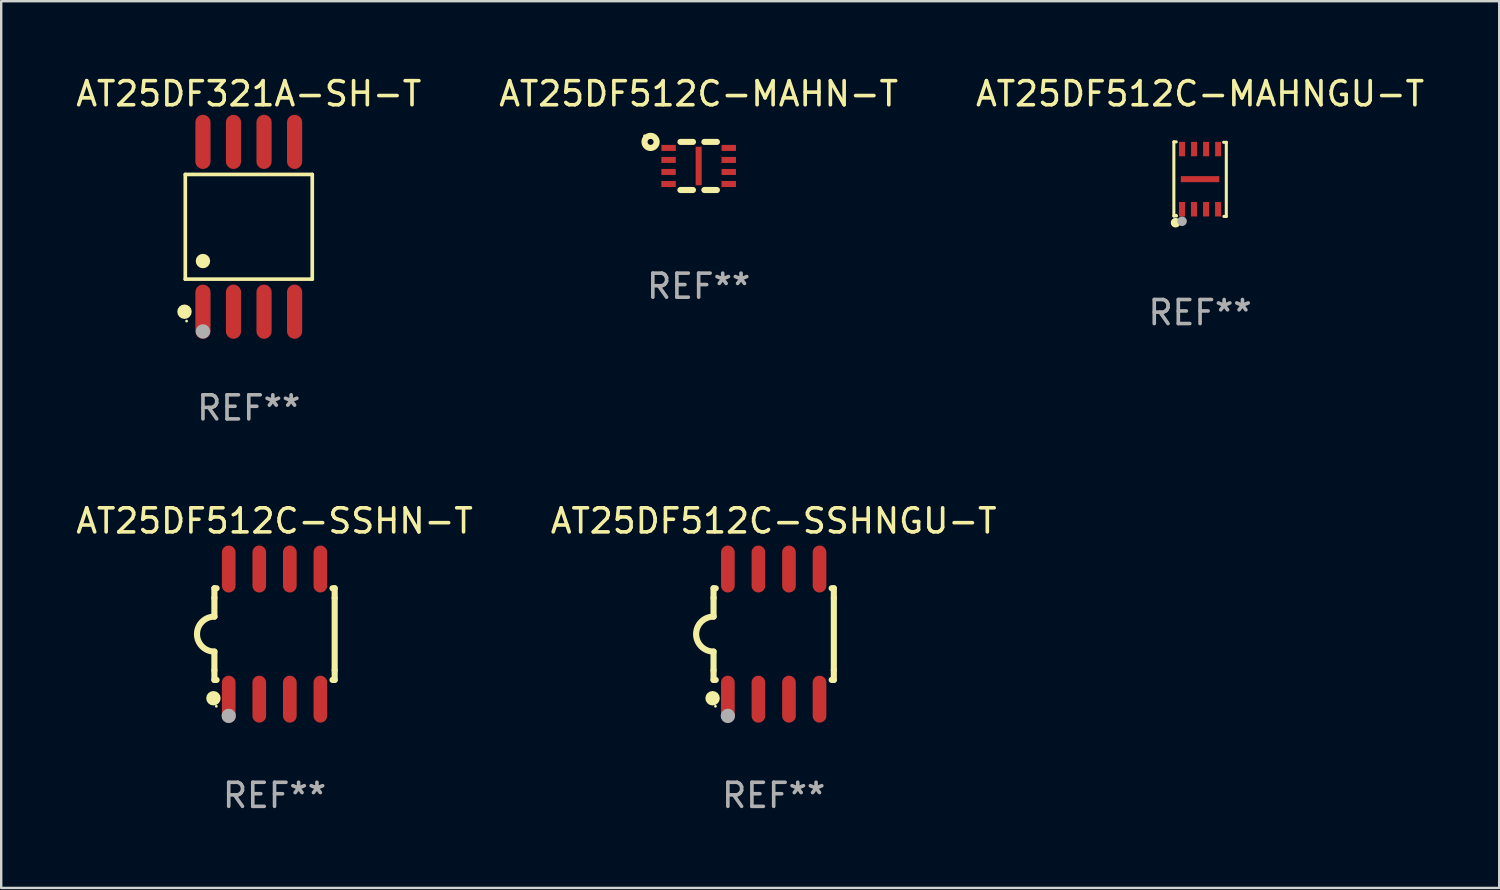
<source format=kicad_pcb>
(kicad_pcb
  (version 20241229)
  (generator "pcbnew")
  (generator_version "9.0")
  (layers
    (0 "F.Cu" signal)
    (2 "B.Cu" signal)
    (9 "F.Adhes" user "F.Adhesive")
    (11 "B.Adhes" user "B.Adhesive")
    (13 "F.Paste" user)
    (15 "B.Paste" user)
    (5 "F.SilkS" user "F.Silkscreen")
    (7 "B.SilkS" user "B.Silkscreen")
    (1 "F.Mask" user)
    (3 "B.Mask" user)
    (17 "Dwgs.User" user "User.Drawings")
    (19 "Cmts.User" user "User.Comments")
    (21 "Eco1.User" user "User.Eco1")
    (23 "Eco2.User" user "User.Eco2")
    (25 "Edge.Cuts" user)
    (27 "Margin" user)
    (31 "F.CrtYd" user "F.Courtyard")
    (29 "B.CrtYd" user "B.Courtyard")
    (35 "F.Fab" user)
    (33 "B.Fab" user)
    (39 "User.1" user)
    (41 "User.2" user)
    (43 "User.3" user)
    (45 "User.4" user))
  (footprint "AT25DF512C-MAHN-T"
    (layer "F.Cu")
    (at 25.994 3.849)
    (property "Reference" "AT25DF512C-MAHN-T" (at 0 -3 0) (layer "F.SilkS") (effects (font (size 1 1) (thickness 0.15))))
    (attr through_hole)
    (fp_line (start -0.758 1) (end -0.237 1) (stroke (width 0.254) (type solid)) (layer "F.SilkS"))
    (fp_line (start -0.756 -1) (end -0.236 -1) (stroke (width 0.254) (type solid)) (layer "F.SilkS"))
    (fp_line (start 0.238 -1) (end 0.758 -1) (stroke (width 0.254) (type solid)) (layer "F.SilkS"))
    (fp_line (start 0.239 1) (end 0.757 1) (stroke (width 0.254) (type solid)) (layer "F.SilkS"))
    (fp_circle (center -2.251 -1.252) (end -2.221 -1.252) (stroke (width 0.06) (type solid)) (fill no) (layer "F.SilkS"))
    (fp_circle (center -1.999 -1) (end -1.874 -1) (stroke (width 0.254) (type solid)) (fill no) (layer "F.SilkS"))
    (fp_text user "REF**" (at 0 5 0) (layer "F.Fab") (effects (font (size 1 1) (thickness 0.15))))
    (pad "1" smd rect (at -1.249 -0.75 90) (size 0.25 0.6) (layers "F.Cu" "F.Mask" "F.Paste"))
    (pad "2" smd rect (at -1.251 -0.251 90) (size 0.25 0.6) (layers "F.Cu" "F.Mask" "F.Paste"))
    (pad "3" smd rect (at -1.251 0.249 90) (size 0.25 0.6) (layers "F.Cu" "F.Mask" "F.Paste"))
    (pad "4" smd rect (at -1.251 0.749 90) (size 0.25 0.6) (layers "F.Cu" "F.Mask" "F.Paste"))
    (pad "5" smd rect (at 1.251 0.75 90) (size 0.25 0.6) (layers "F.Cu" "F.Mask" "F.Paste"))
    (pad "6" smd rect (at 1.251 0.25 90) (size 0.25 0.6) (layers "F.Cu" "F.Mask" "F.Paste"))
    (pad "7" smd rect (at 1.251 -0.25 90) (size 0.25 0.6) (layers "F.Cu" "F.Mask" "F.Paste"))
    (pad "8" smd rect (at 1.251 -0.75 90) (size 0.25 0.6) (layers "F.Cu" "F.Mask" "F.Paste"))
    (pad "9" smd rect (at 0.001 0.000381 180) (size 0.25 1.6) (layers "F.Cu" "F.Mask" "F.Paste")))
  (footprint "AT25DF512C-SSHN-T"
    (layer "F.Cu")
    (at 8.363 23.31)
    (property "Reference" "AT25DF512C-SSHN-T" (at 0 -4.705 0) (layer "F.SilkS") (effects (font (size 1 1) (thickness 0.15))))
    (attr through_hole)
    (fp_line (start -2.5 -1.905) (end -2.409 -1.905) (stroke (width 0.254) (type solid)) (layer "F.SilkS"))
    (fp_line (start -2.5 -1.5) (end -2.5 -1.905) (stroke (width 0.254) (type solid)) (layer "F.SilkS"))
    (fp_line (start -2.5 -1.5) (end -2.5 -0.726) (stroke (width 0.254) (type solid)) (layer "F.SilkS"))
    (fp_line (start -2.5 1.5) (end -2.5 0.727) (stroke (width 0.254) (type solid)) (layer "F.SilkS"))
    (fp_line (start -2.5 1.5) (end -2.5 1.905) (stroke (width 0.254) (type solid)) (layer "F.SilkS"))
    (fp_line (start -2.5 1.905) (end -2.409 1.905) (stroke (width 0.254) (type solid)) (layer "F.SilkS"))
    (fp_line (start 2.5 -1.905) (end 2.409 -1.905) (stroke (width 0.254) (type solid)) (layer "F.SilkS"))
    (fp_line (start 2.5 -1.5) (end 2.5 -1.905) (stroke (width 0.254) (type solid)) (layer "F.SilkS"))
    (fp_line (start 2.5 -1.5) (end 2.5 1.5) (stroke (width 0.254) (type solid)) (layer "F.SilkS"))
    (fp_line (start 2.5 1.5) (end 2.5 1.905) (stroke (width 0.254) (type solid)) (layer "F.SilkS"))
    (fp_line (start 2.5 1.905) (end 2.409 1.905) (stroke (width 0.254) (type solid)) (layer "F.SilkS"))
    (fp_arc (start -2.5 0.726568) (mid -3.220316 -0.0023) (end -2.495097 -0.726289) (stroke (width 0.254001) (type solid)) (layer "F.SilkS"))
    (fp_circle (center -2.54 2.667) (end -2.39 2.667) (stroke (width 0.3) (type solid)) (fill no) (layer "F.SilkS"))
    (fp_circle (center -2.42 3) (end -2.39 3) (stroke (width 0.06) (type solid)) (fill no) (layer "F.SilkS"))
    (fp_circle (center -1.905 3.4) (end -1.755 3.4) (stroke (width 0.3) (type solid)) (fill no) (layer "F.Fab"))
    (fp_text user "REF**" (at 0 6.705 0) (layer "F.Fab") (effects (font (size 1 1) (thickness 0.15))))
    (pad "1" smd oval (at -1.905 2.705) (size 0.568 1.95) (layers "F.Cu" "F.Mask" "F.Paste"))
    (pad "2" smd oval (at -0.635 2.705) (size 0.568 1.95) (layers "F.Cu" "F.Mask" "F.Paste"))
    (pad "3" smd oval (at 0.635 2.705) (size 0.568 1.95) (layers "F.Cu" "F.Mask" "F.Paste"))
    (pad "4" smd oval (at 1.905 2.705) (size 0.568 1.95) (layers "F.Cu" "F.Mask" "F.Paste"))
    (pad "5" smd oval (at 1.905 -2.705) (size 0.568 1.95) (layers "F.Cu" "F.Mask" "F.Paste"))
    (pad "6" smd oval (at 0.635 -2.705) (size 0.568 1.95) (layers "F.Cu" "F.Mask" "F.Paste"))
    (pad "7" smd oval (at -0.635 -2.705) (size 0.568 1.95) (layers "F.Cu" "F.Mask" "F.Paste"))
    (pad "8" smd oval (at -1.905 -2.705) (size 0.568 1.95) (layers "F.Cu" "F.Mask" "F.Paste")))
  (footprint "AT25DF321A-SH-T"
    (layer "F.Cu")
    (at 7.292 6.378)
    (property "Reference" "AT25DF321A-SH-T" (at 0 -5.53 0) (layer "F.SilkS") (effects (font (size 1 1) (thickness 0.15))))
    (attr through_hole)
    (fp_line (start -2.639 -2.176) (end 2.639 -2.176) (stroke (width 0.152) (type solid)) (layer "F.SilkS"))
    (fp_line (start -2.639 2.176) (end -2.639 -2.176) (stroke (width 0.152) (type solid)) (layer "F.SilkS"))
    (fp_line (start 2.639 -2.176) (end 2.639 2.176) (stroke (width 0.152) (type solid)) (layer "F.SilkS"))
    (fp_line (start 2.639 2.176) (end -2.639 2.176) (stroke (width 0.152) (type solid)) (layer "F.SilkS"))
    (fp_circle (center -2.672 3.53) (end -2.522 3.53) (stroke (width 0.3) (type solid)) (fill no) (layer "F.SilkS"))
    (fp_circle (center -2.585 3.92) (end -2.555 3.92) (stroke (width 0.06) (type solid)) (fill no) (layer "F.SilkS"))
    (fp_circle (center -1.905 1.424) (end -1.755 1.424) (stroke (width 0.3) (type solid)) (fill no) (layer "F.SilkS"))
    (fp_circle (center -1.905 4.35) (end -1.755 4.35) (stroke (width 0.3) (type solid)) (fill no) (layer "F.Fab"))
    (fp_text user "REF**" (at 0 7.53 0) (layer "F.Fab") (effects (font (size 1 1) (thickness 0.15))))
    (pad "1" smd oval (at -1.905 3.53) (size 0.63 2.25) (layers "F.Cu" "F.Mask" "F.Paste"))
    (pad "2" smd oval (at -0.635 3.53) (size 0.63 2.25) (layers "F.Cu" "F.Mask" "F.Paste"))
    (pad "3" smd oval (at 0.635 3.53) (size 0.63 2.25) (layers "F.Cu" "F.Mask" "F.Paste"))
    (pad "4" smd oval (at 1.905 3.53) (size 0.63 2.25) (layers "F.Cu" "F.Mask" "F.Paste"))
    (pad "5" smd oval (at 1.905 -3.53) (size 0.63 2.25) (layers "F.Cu" "F.Mask" "F.Paste"))
    (pad "6" smd oval (at 0.635 -3.53) (size 0.63 2.25) (layers "F.Cu" "F.Mask" "F.Paste"))
    (pad "7" smd oval (at -0.635 -3.53) (size 0.63 2.25) (layers "F.Cu" "F.Mask" "F.Paste"))
    (pad "8" smd oval (at -1.905 -3.53) (size 0.63 2.25) (layers "F.Cu" "F.Mask" "F.Paste")))
  (footprint "AT25DF512C-MAHNGU-T"
    (layer "F.Cu")
    (at 46.839 4.397)
    (property "Reference" "AT25DF512C-MAHNGU-T" (at 0 -3.549 0) (layer "F.SilkS") (effects (font (size 1 1) (thickness 0.15))))
    (attr through_hole)
    (fp_line (start -1.09 -1.549) (end -1.09 1.531) (stroke (width 0.127) (type solid)) (layer "F.SilkS"))
    (fp_line (start -1.09 1.531) (end -0.98 1.531) (stroke (width 0.127) (type solid)) (layer "F.SilkS"))
    (fp_line (start -0.99 -1.549) (end -1.09 -1.549) (stroke (width 0.127) (type solid)) (layer "F.SilkS"))
    (fp_line (start 0.99 1.549) (end 1.09 1.549) (stroke (width 0.127) (type solid)) (layer "F.SilkS"))
    (fp_line (start 1.09 -1.531) (end 0.98 -1.531) (stroke (width 0.127) (type solid)) (layer "F.SilkS"))
    (fp_line (start 1.09 1.549) (end 1.09 -1.531) (stroke (width 0.127) (type solid)) (layer "F.SilkS"))
    (fp_circle (center -1.02 1.811) (end -0.92 1.811) (stroke (width 0.2) (type solid)) (fill no) (layer "F.SilkS"))
    (fp_circle (center -1 1.5) (end -0.97 1.5) (stroke (width 0.06) (type solid)) (fill no) (layer "F.SilkS"))
    (fp_circle (center -0.75 1.751) (end -0.65 1.751) (stroke (width 0.2) (type solid)) (fill no) (layer "F.Fab"))
    (fp_text user "REF**" (at 0 5.549 0) (layer "F.Fab") (effects (font (size 1 1) (thickness 0.15))))
    (pad "1" smd rect (at -0.75 1.25 180) (size 0.25 0.6) (layers "F.Cu" "F.Mask" "F.Paste"))
    (pad "2" smd rect (at -0.252 1.252 180) (size 0.25 0.6) (layers "F.Cu" "F.Mask" "F.Paste"))
    (pad "3" smd rect (at 0.248 1.252 180) (size 0.25 0.6) (layers "F.Cu" "F.Mask" "F.Paste"))
    (pad "4" smd rect (at 0.748 1.252 180) (size 0.25 0.6) (layers "F.Cu" "F.Mask" "F.Paste"))
    (pad "5" smd rect (at 0.75 -1.25 180) (size 0.25 0.6) (layers "F.Cu" "F.Mask" "F.Paste"))
    (pad "6" smd rect (at 0.25 -1.25 180) (size 0.25 0.6) (layers "F.Cu" "F.Mask" "F.Paste"))
    (pad "7" smd rect (at -0.25 -1.25 180) (size 0.25 0.6) (layers "F.Cu" "F.Mask" "F.Paste"))
    (pad "8" smd rect (at -0.75 -1.25 180) (size 0.25 0.6) (layers "F.Cu" "F.Mask" "F.Paste"))
    (pad "9" smd rect (at -0.000102 0 270) (size 0.25 1.6) (layers "F.Cu" "F.Mask" "F.Paste")))
  (footprint "AT25DF512C-SSHNGU-T"
    (layer "F.Cu")
    (at 29.113 23.31)
    (property "Reference" "AT25DF512C-SSHNGU-T" (at 0 -4.705 0) (layer "F.SilkS") (effects (font (size 1 1) (thickness 0.15))))
    (attr through_hole)
    (fp_line (start -2.5 -1.905) (end -2.409 -1.905) (stroke (width 0.254) (type solid)) (layer "F.SilkS"))
    (fp_line (start -2.5 -1.5) (end -2.5 -1.905) (stroke (width 0.254) (type solid)) (layer "F.SilkS"))
    (fp_line (start -2.5 -1.5) (end -2.5 -0.726) (stroke (width 0.254) (type solid)) (layer "F.SilkS"))
    (fp_line (start -2.5 1.5) (end -2.5 0.727) (stroke (width 0.254) (type solid)) (layer "F.SilkS"))
    (fp_line (start -2.5 1.5) (end -2.5 1.905) (stroke (width 0.254) (type solid)) (layer "F.SilkS"))
    (fp_line (start -2.5 1.905) (end -2.409 1.905) (stroke (width 0.254) (type solid)) (layer "F.SilkS"))
    (fp_line (start 2.5 -1.905) (end 2.409 -1.905) (stroke (width 0.254) (type solid)) (layer "F.SilkS"))
    (fp_line (start 2.5 -1.5) (end 2.5 -1.905) (stroke (width 0.254) (type solid)) (layer "F.SilkS"))
    (fp_line (start 2.5 -1.5) (end 2.5 1.5) (stroke (width 0.254) (type solid)) (layer "F.SilkS"))
    (fp_line (start 2.5 1.5) (end 2.5 1.905) (stroke (width 0.254) (type solid)) (layer "F.SilkS"))
    (fp_line (start 2.5 1.905) (end 2.409 1.905) (stroke (width 0.254) (type solid)) (layer "F.SilkS"))
    (fp_arc (start -2.5 0.726568) (mid -3.220316 -0.0023) (end -2.495097 -0.726289) (stroke (width 0.254001) (type solid)) (layer "F.SilkS"))
    (fp_circle (center -2.54 2.667) (end -2.39 2.667) (stroke (width 0.3) (type solid)) (fill no) (layer "F.SilkS"))
    (fp_circle (center -2.42 3) (end -2.39 3) (stroke (width 0.06) (type solid)) (fill no) (layer "F.SilkS"))
    (fp_circle (center -1.905 3.4) (end -1.755 3.4) (stroke (width 0.3) (type solid)) (fill no) (layer "F.Fab"))
    (fp_text user "REF**" (at 0 6.705 0) (layer "F.Fab") (effects (font (size 1 1) (thickness 0.15))))
    (pad "1" smd oval (at -1.905 2.705) (size 0.568 1.95) (layers "F.Cu" "F.Mask" "F.Paste"))
    (pad "2" smd oval (at -0.635 2.705) (size 0.568 1.95) (layers "F.Cu" "F.Mask" "F.Paste"))
    (pad "3" smd oval (at 0.635 2.705) (size 0.568 1.95) (layers "F.Cu" "F.Mask" "F.Paste"))
    (pad "4" smd oval (at 1.905 2.705) (size 0.568 1.95) (layers "F.Cu" "F.Mask" "F.Paste"))
    (pad "5" smd oval (at 1.905 -2.705) (size 0.568 1.95) (layers "F.Cu" "F.Mask" "F.Paste"))
    (pad "6" smd oval (at 0.635 -2.705) (size 0.568 1.95) (layers "F.Cu" "F.Mask" "F.Paste"))
    (pad "7" smd oval (at -0.635 -2.705) (size 0.568 1.95) (layers "F.Cu" "F.Mask" "F.Paste"))
    (pad "8" smd oval (at -1.905 -2.705) (size 0.568 1.95) (layers "F.Cu" "F.Mask" "F.Paste")))
  (gr_rect
    (start -3 -3)
    (end 59.274 33.863)
    (stroke (width 0.1) (type default))
    (fill no)
    (layer "Edge.Cuts")))
</source>
